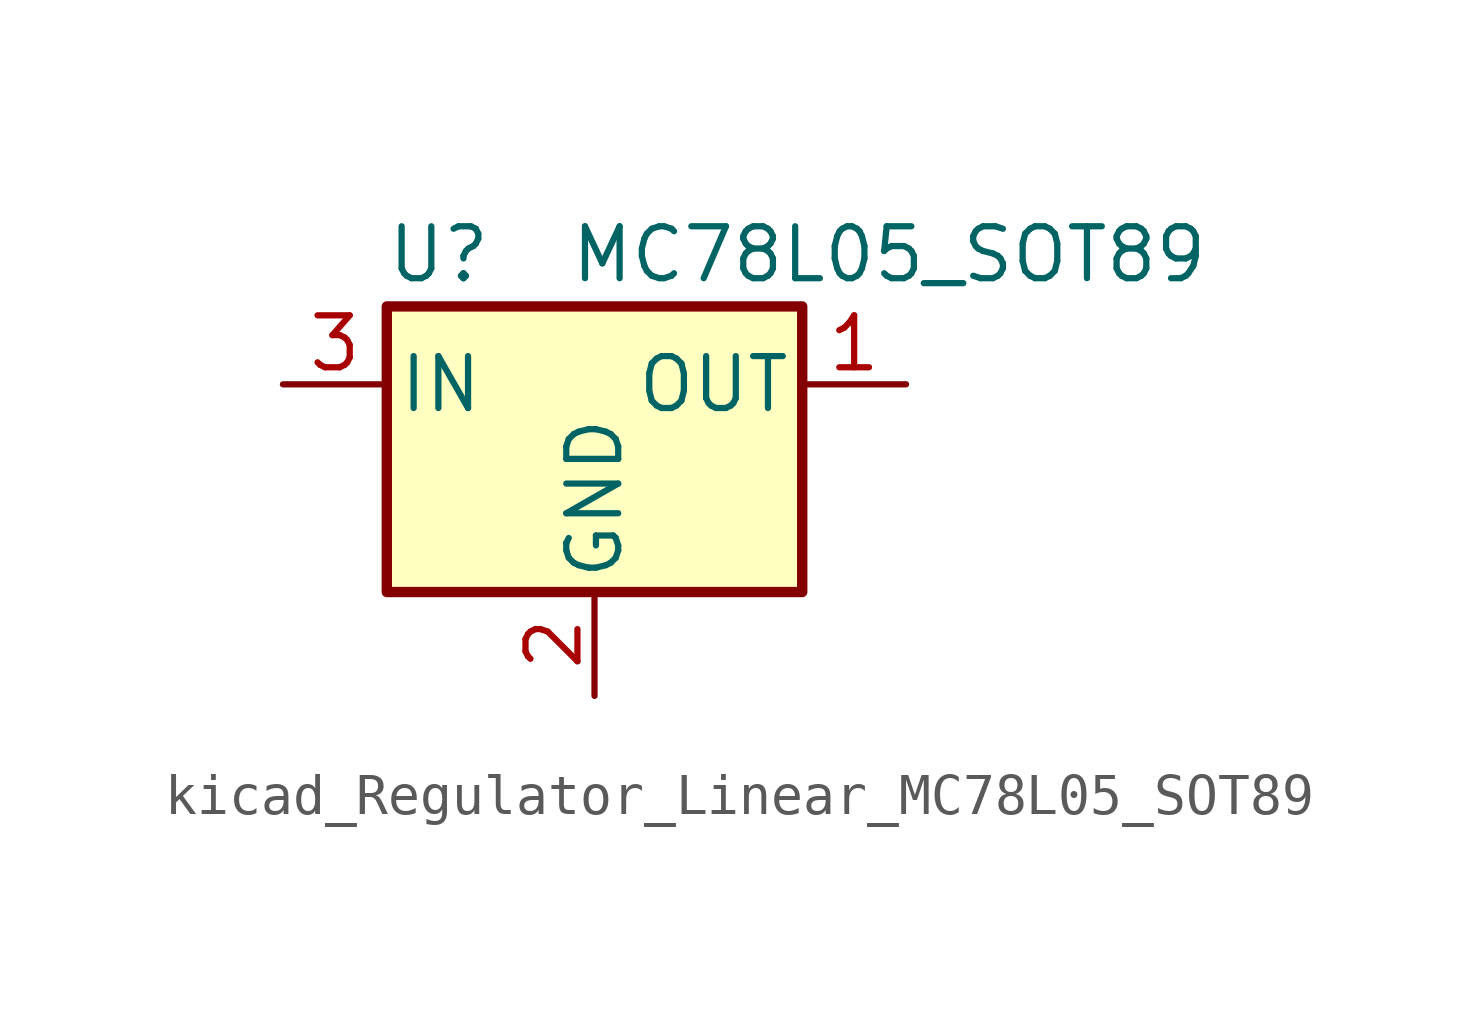
<source format=kicad_sym>
(kicad_symbol_lib
  (version 20220914)
  (generator kicad_symbol_editor)
  (symbol "kicad_Regulator_Linear_MC78L05_SOT89"
    (pin_names
      (offset 0.254))
    (property "Reference" "U"
      (at -3.81 3.175 0)
      (effects (font (size 1.27 1.27))))
    (property "Value" "MC78L05_SOT89"
      (at -0.635 3.175 0)
      (effects (font (size 1.27 1.27)) (justify left)))
    (symbol "kicad_Regulator_Linear_MC78L05_SOT89_0_1"
      (rectangle (start -5.08 1.905) (end 5.08 -5.08) (stroke (width 0.254) (type default)) (fill (type background))))
    (symbol "kicad_Regulator_Linear_MC78L05_SOT89_1_1"
      (pin power_out line (at 7.62 0 180) (length 2.54) (name "OUT" (effects (font (size 1.27 1.27)))) (number "1" (effects (font (size 1.27 1.27)))))
      (pin power_in line (at 0 -7.62 90) (length 2.54) (name "GND" (effects (font (size 1.27 1.27)))) (number "2" (effects (font (size 1.27 1.27)))))
      (pin power_in line (at -7.62 0 0) (length 2.54) (name "IN" (effects (font (size 1.27 1.27)))) (number "3" (effects (font (size 1.27 1.27))))))))
</source>
